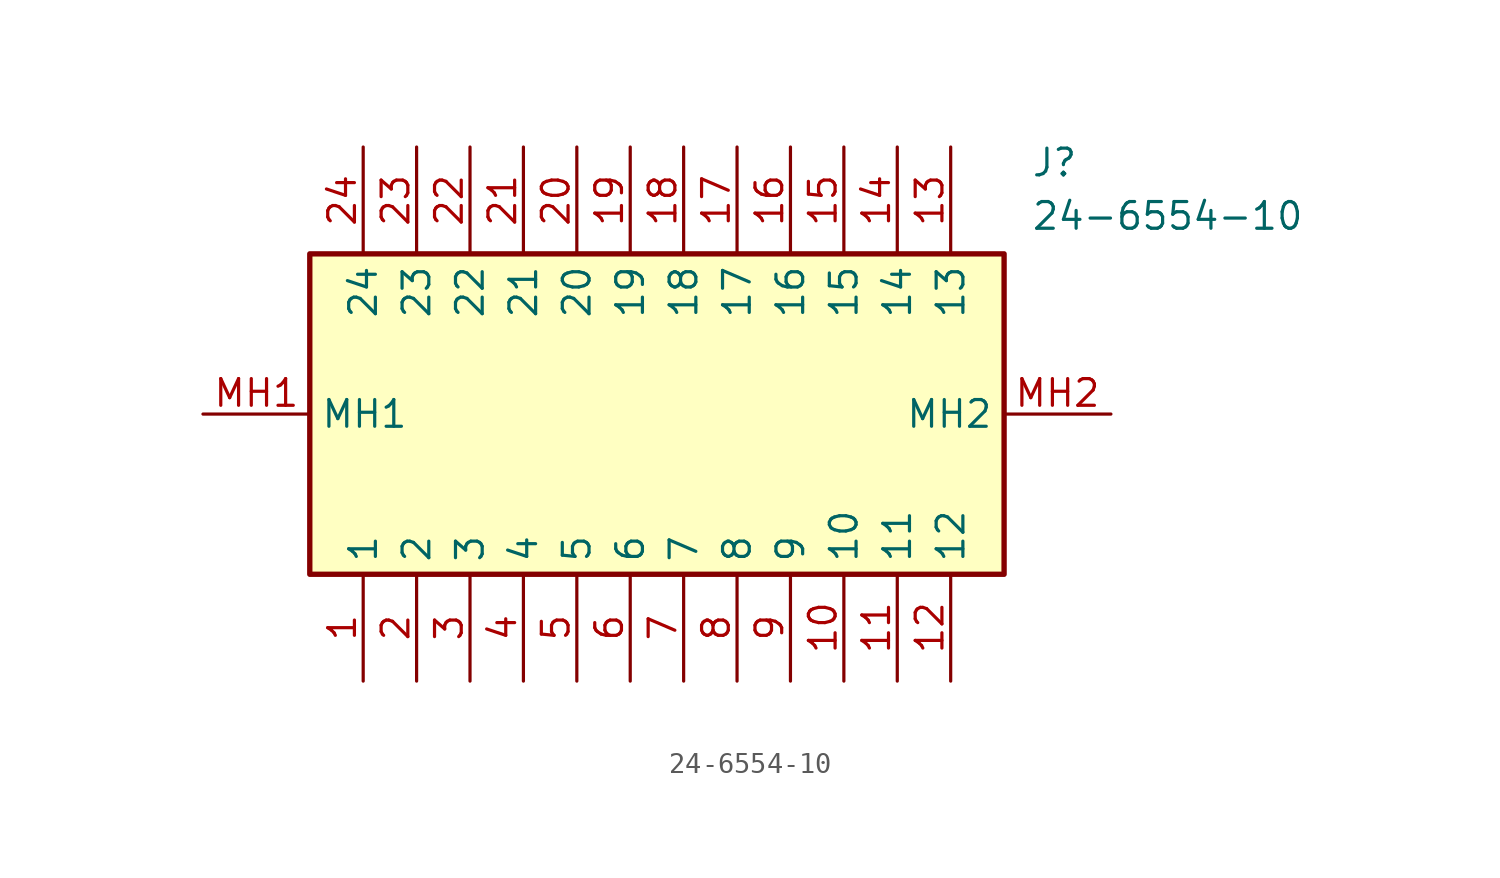
<source format=kicad_sym>
(kicad_symbol_lib
  (version 20211014)
  (generator SamacSys_ECAD_Model)
  (symbol "24-6554-10"
    (property "Reference" "J"
      (at 39.37 12.7 0)
      (effects (font (size 1.27 1.27)) (justify left top)))
    (property "Value" "24-6554-10"
      (at 39.37 10.16 0)
      (effects (font (size 1.27 1.27)) (justify left top)))
    (rectangle
      (start 5.08 7.62)
      (end 38.1 -7.62)
      (stroke (width 0.254) (type default))
      (fill (type background)))
    (pin passive line
      (at 7.62 -12.7 90)
      (length 5.08)
      (name "1" (effects (font (size 1.27 1.27))))
      (number "1" (effects (font (size 1.27 1.27)))))
    (pin passive line
      (at 10.16 -12.7 90)
      (length 5.08)
      (name "2" (effects (font (size 1.27 1.27))))
      (number "2" (effects (font (size 1.27 1.27)))))
    (pin passive line
      (at 12.7 -12.7 90)
      (length 5.08)
      (name "3" (effects (font (size 1.27 1.27))))
      (number "3" (effects (font (size 1.27 1.27)))))
    (pin passive line
      (at 15.24 -12.7 90)
      (length 5.08)
      (name "4" (effects (font (size 1.27 1.27))))
      (number "4" (effects (font (size 1.27 1.27)))))
    (pin passive line
      (at 17.78 -12.7 90)
      (length 5.08)
      (name "5" (effects (font (size 1.27 1.27))))
      (number "5" (effects (font (size 1.27 1.27)))))
    (pin passive line
      (at 20.32 -12.7 90)
      (length 5.08)
      (name "6" (effects (font (size 1.27 1.27))))
      (number "6" (effects (font (size 1.27 1.27)))))
    (pin passive line
      (at 22.86 -12.7 90)
      (length 5.08)
      (name "7" (effects (font (size 1.27 1.27))))
      (number "7" (effects (font (size 1.27 1.27)))))
    (pin passive line
      (at 25.4 -12.7 90)
      (length 5.08)
      (name "8" (effects (font (size 1.27 1.27))))
      (number "8" (effects (font (size 1.27 1.27)))))
    (pin passive line
      (at 27.94 -12.7 90)
      (length 5.08)
      (name "9" (effects (font (size 1.27 1.27))))
      (number "9" (effects (font (size 1.27 1.27)))))
    (pin passive line
      (at 30.48 -12.7 90)
      (length 5.08)
      (name "10" (effects (font (size 1.27 1.27))))
      (number "10" (effects (font (size 1.27 1.27)))))
    (pin passive line
      (at 33.02 -12.7 90)
      (length 5.08)
      (name "11" (effects (font (size 1.27 1.27))))
      (number "11" (effects (font (size 1.27 1.27)))))
    (pin passive line
      (at 35.56 -12.7 90)
      (length 5.08)
      (name "12" (effects (font (size 1.27 1.27))))
      (number "12" (effects (font (size 1.27 1.27)))))
    (pin passive line
      (at 35.56 12.7 270)
      (length 5.08)
      (name "13" (effects (font (size 1.27 1.27))))
      (number "13" (effects (font (size 1.27 1.27)))))
    (pin passive line
      (at 33.02 12.7 270)
      (length 5.08)
      (name "14" (effects (font (size 1.27 1.27))))
      (number "14" (effects (font (size 1.27 1.27)))))
    (pin passive line
      (at 30.48 12.7 270)
      (length 5.08)
      (name "15" (effects (font (size 1.27 1.27))))
      (number "15" (effects (font (size 1.27 1.27)))))
    (pin passive line
      (at 27.94 12.7 270)
      (length 5.08)
      (name "16" (effects (font (size 1.27 1.27))))
      (number "16" (effects (font (size 1.27 1.27)))))
    (pin passive line
      (at 25.4 12.7 270)
      (length 5.08)
      (name "17" (effects (font (size 1.27 1.27))))
      (number "17" (effects (font (size 1.27 1.27)))))
    (pin passive line
      (at 22.86 12.7 270)
      (length 5.08)
      (name "18" (effects (font (size 1.27 1.27))))
      (number "18" (effects (font (size 1.27 1.27)))))
    (pin passive line
      (at 20.32 12.7 270)
      (length 5.08)
      (name "19" (effects (font (size 1.27 1.27))))
      (number "19" (effects (font (size 1.27 1.27)))))
    (pin passive line
      (at 17.78 12.7 270)
      (length 5.08)
      (name "20" (effects (font (size 1.27 1.27))))
      (number "20" (effects (font (size 1.27 1.27)))))
    (pin passive line
      (at 15.24 12.7 270)
      (length 5.08)
      (name "21" (effects (font (size 1.27 1.27))))
      (number "21" (effects (font (size 1.27 1.27)))))
    (pin passive line
      (at 12.7 12.7 270)
      (length 5.08)
      (name "22" (effects (font (size 1.27 1.27))))
      (number "22" (effects (font (size 1.27 1.27)))))
    (pin passive line
      (at 10.16 12.7 270)
      (length 5.08)
      (name "23" (effects (font (size 1.27 1.27))))
      (number "23" (effects (font (size 1.27 1.27)))))
    (pin passive line
      (at 7.62 12.7 270)
      (length 5.08)
      (name "24" (effects (font (size 1.27 1.27))))
      (number "24" (effects (font (size 1.27 1.27)))))
    (pin passive line
      (at 0 0 0)
      (length 5.08)
      (name "MH1" (effects (font (size 1.27 1.27))))
      (number "MH1" (effects (font (size 1.27 1.27)))))
    (pin passive line
      (at 43.18 0 180)
      (length 5.08)
      (name "MH2" (effects (font (size 1.27 1.27))))
      (number "MH2" (effects (font (size 1.27 1.27)))))))
</source>
